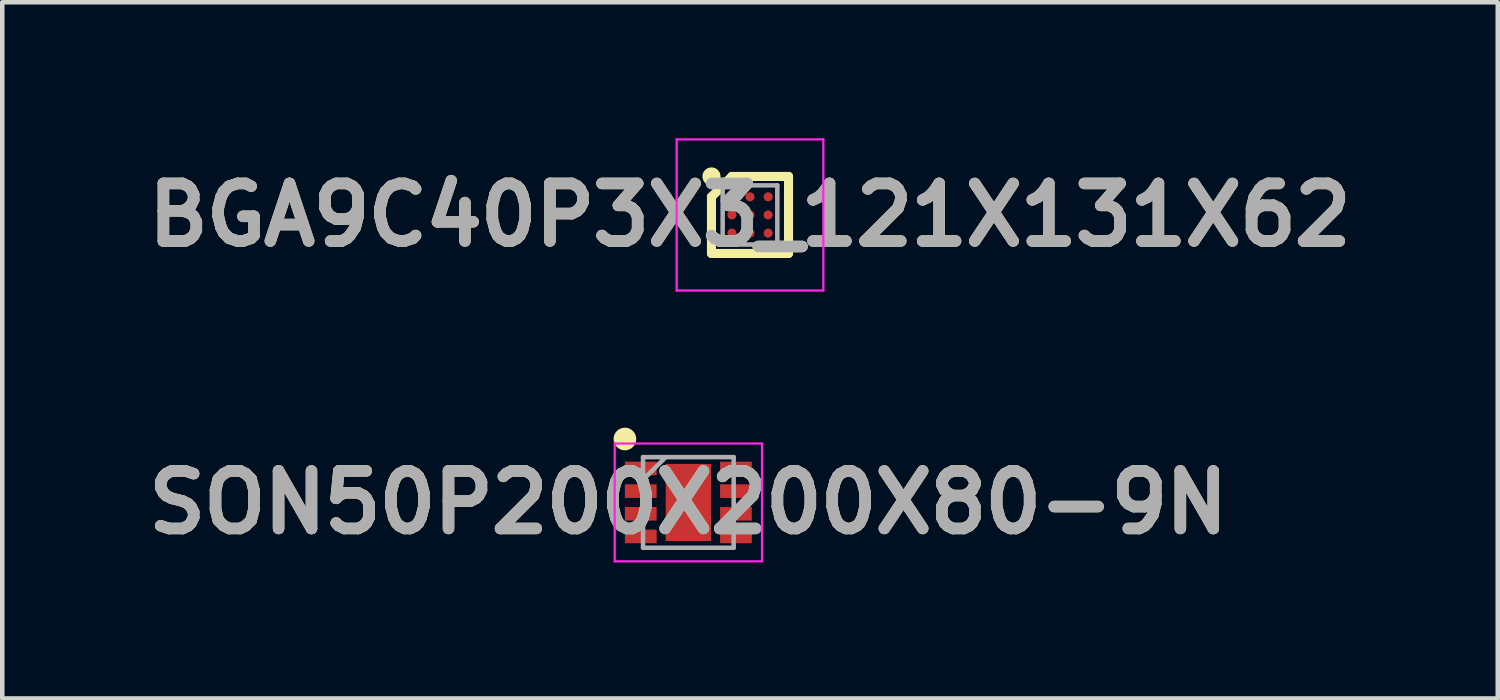
<source format=kicad_pcb>
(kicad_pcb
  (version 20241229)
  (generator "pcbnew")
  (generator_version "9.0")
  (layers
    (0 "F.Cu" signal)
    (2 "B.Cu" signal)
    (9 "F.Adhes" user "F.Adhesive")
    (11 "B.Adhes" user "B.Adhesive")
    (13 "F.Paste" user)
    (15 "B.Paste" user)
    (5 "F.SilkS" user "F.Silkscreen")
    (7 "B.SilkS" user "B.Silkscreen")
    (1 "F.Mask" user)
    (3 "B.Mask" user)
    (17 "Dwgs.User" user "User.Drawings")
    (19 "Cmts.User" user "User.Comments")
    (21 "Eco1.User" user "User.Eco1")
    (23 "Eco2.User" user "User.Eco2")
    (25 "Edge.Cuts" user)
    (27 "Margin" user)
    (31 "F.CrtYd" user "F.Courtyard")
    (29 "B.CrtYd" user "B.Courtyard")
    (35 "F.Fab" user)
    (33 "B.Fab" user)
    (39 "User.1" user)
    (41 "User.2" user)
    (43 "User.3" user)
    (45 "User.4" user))
  (footprint "BGA9C40P3X3_121X131X62"
    (layer "F.Cu")
    (at 13.498 1.693)
    (property "Reference" "BGA9C40P3X3_121X131X62" (at 0 0 0) (layer "F.SilkS") (effects (font (size 1.27 1.27) (thickness 0.254))))
    (attr smd)
    (fp_line (start -0.85 -0.4) (end -0.4 -0.85) (stroke (width 0.2) (type solid)) (layer "F.SilkS"))
    (fp_line (start -0.85 0.85) (end -0.85 -0.4) (stroke (width 0.2) (type solid)) (layer "F.SilkS"))
    (fp_line (start -0.4 -0.85) (end 0.85 -0.85) (stroke (width 0.2) (type solid)) (layer "F.SilkS"))
    (fp_line (start 0.85 -0.85) (end 0.85 0.85) (stroke (width 0.2) (type solid)) (layer "F.SilkS"))
    (fp_line (start 0.85 0.85) (end -0.85 0.85) (stroke (width 0.2) (type solid)) (layer "F.SilkS"))
    (fp_circle (center -0.85 -0.85) (end -0.85 -0.75) (stroke (width 0.2) (type solid)) (fill no) (layer "F.SilkS"))
    (fp_line (start -1.618 -1.668) (end 1.618 -1.668) (stroke (width 0.05) (type solid)) (layer "F.CrtYd"))
    (fp_line (start -1.618 1.668) (end -1.618 -1.668) (stroke (width 0.05) (type solid)) (layer "F.CrtYd"))
    (fp_line (start 1.618 -1.668) (end 1.618 1.668) (stroke (width 0.05) (type solid)) (layer "F.CrtYd"))
    (fp_line (start 1.618 1.668) (end -1.618 1.668) (stroke (width 0.05) (type solid)) (layer "F.CrtYd"))
    (fp_line (start -0.603 -0.653) (end 0.603 -0.653) (stroke (width 0.1) (type solid)) (layer "F.Fab"))
    (fp_line (start -0.603 -0.319) (end -0.269 -0.653) (stroke (width 0.1) (type solid)) (layer "F.Fab"))
    (fp_line (start -0.603 0.653) (end -0.603 -0.653) (stroke (width 0.1) (type solid)) (layer "F.Fab"))
    (fp_line (start 0.603 -0.653) (end 0.603 0.653) (stroke (width 0.1) (type solid)) (layer "F.Fab"))
    (fp_line (start 0.603 0.653) (end -0.603 0.653) (stroke (width 0.1) (type solid)) (layer "F.Fab"))
    (fp_text user "${REFERENCE}" (at 0 0 0) (layer "F.Fab") (effects (font (size 1.27 1.27) (thickness 0.254))))
    (pad "A1" smd circle (at -0.4 -0.4 90) (size 0.2 0.2) (layers "F.Cu" "F.Mask" "F.Paste"))
    (pad "A2" smd circle (at 0 -0.4 90) (size 0.2 0.2) (layers "F.Cu" "F.Mask" "F.Paste"))
    (pad "A3" smd circle (at 0.4 -0.4 90) (size 0.2 0.2) (layers "F.Cu" "F.Mask" "F.Paste"))
    (pad "B1" smd circle (at -0.4 0 90) (size 0.2 0.2) (layers "F.Cu" "F.Mask" "F.Paste"))
    (pad "B2" smd circle (at 0 0 90) (size 0.2 0.2) (layers "F.Cu" "F.Mask" "F.Paste"))
    (pad "B3" smd circle (at 0.4 0 90) (size 0.2 0.2) (layers "F.Cu" "F.Mask" "F.Paste"))
    (pad "C1" smd circle (at -0.4 0.4 90) (size 0.2 0.2) (layers "F.Cu" "F.Mask" "F.Paste"))
    (pad "C2" smd circle (at 0 0.4 90) (size 0.2 0.2) (layers "F.Cu" "F.Mask" "F.Paste"))
    (pad "C3" smd circle (at 0.4 0.4 90) (size 0.2 0.2) (layers "F.Cu" "F.Mask" "F.Paste")))
  (footprint "SON50P200X200X80-9N"
    (layer "F.Cu")
    (at 12.138 8.036)
    (property "Reference" "SON50P200X200X80-9N" (at 0 0 0) (layer "F.SilkS") (effects (font (size 1.27 1.27) (thickness 0.254))))
    (attr smd)
    (fp_circle (center -1.4 -1.4) (end -1.4 -1.275) (stroke (width 0.25) (type solid)) (fill no) (layer "F.SilkS"))
    (fp_line (start -1.625 -1.3) (end 1.625 -1.3) (stroke (width 0.05) (type solid)) (layer "F.CrtYd"))
    (fp_line (start -1.625 1.3) (end -1.625 -1.3) (stroke (width 0.05) (type solid)) (layer "F.CrtYd"))
    (fp_line (start 1.625 -1.3) (end 1.625 1.3) (stroke (width 0.05) (type solid)) (layer "F.CrtYd"))
    (fp_line (start 1.625 1.3) (end -1.625 1.3) (stroke (width 0.05) (type solid)) (layer "F.CrtYd"))
    (fp_line (start -1 -1) (end 1 -1) (stroke (width 0.1) (type solid)) (layer "F.Fab"))
    (fp_line (start -1 -0.5) (end -0.5 -1) (stroke (width 0.1) (type solid)) (layer "F.Fab"))
    (fp_line (start -1 1) (end -1 -1) (stroke (width 0.1) (type solid)) (layer "F.Fab"))
    (fp_line (start 1 -1) (end 1 1) (stroke (width 0.1) (type solid)) (layer "F.Fab"))
    (fp_line (start 1 1) (end -1 1) (stroke (width 0.1) (type solid)) (layer "F.Fab"))
    (fp_text user "${REFERENCE}" (at 0 0 0) (layer "F.Fab") (effects (font (size 1.27 1.27) (thickness 0.254))))
    (pad "1" smd rect (at -1.05 -0.75 90) (size 0.3 0.7) (layers "F.Cu" "F.Mask" "F.Paste"))
    (pad "2" smd rect (at -1.05 -0.25 90) (size 0.3 0.7) (layers "F.Cu" "F.Mask" "F.Paste"))
    (pad "3" smd rect (at -1.05 0.25 90) (size 0.3 0.7) (layers "F.Cu" "F.Mask" "F.Paste"))
    (pad "4" smd rect (at -1.05 0.75 90) (size 0.3 0.7) (layers "F.Cu" "F.Mask" "F.Paste"))
    (pad "5" smd rect (at 1.05 0.75 90) (size 0.3 0.7) (layers "F.Cu" "F.Mask" "F.Paste"))
    (pad "6" smd rect (at 1.05 0.25 90) (size 0.3 0.7) (layers "F.Cu" "F.Mask" "F.Paste"))
    (pad "7" smd rect (at 1.05 -0.25 90) (size 0.3 0.7) (layers "F.Cu" "F.Mask" "F.Paste"))
    (pad "8" smd rect (at 1.05 -0.75 90) (size 0.3 0.7) (layers "F.Cu" "F.Mask" "F.Paste"))
    (pad "9" smd rect (at 0 0) (size 1 1.7) (layers "F.Cu" "F.Mask" "F.Paste")))
  (gr_rect
    (start -3 -3)
    (end 29.997 12.361)
    (stroke (width 0.1) (type default))
    (fill no)
    (layer "Edge.Cuts")))
</source>
